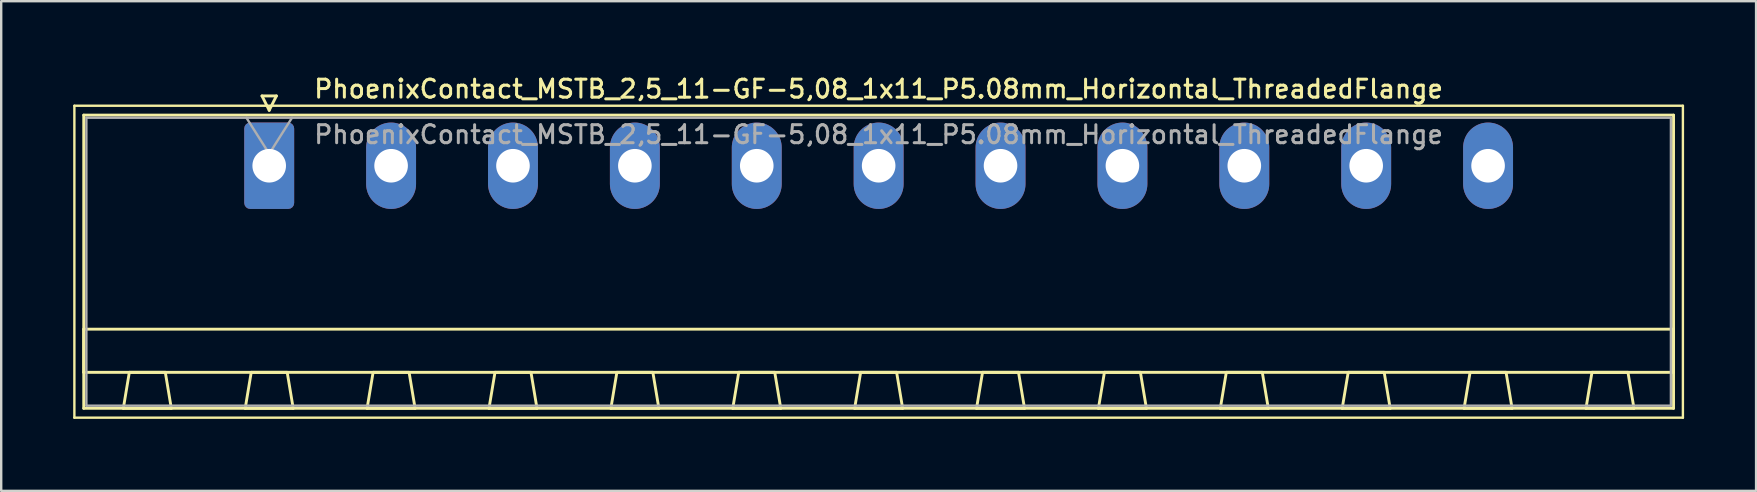
<source format=kicad_pcb>
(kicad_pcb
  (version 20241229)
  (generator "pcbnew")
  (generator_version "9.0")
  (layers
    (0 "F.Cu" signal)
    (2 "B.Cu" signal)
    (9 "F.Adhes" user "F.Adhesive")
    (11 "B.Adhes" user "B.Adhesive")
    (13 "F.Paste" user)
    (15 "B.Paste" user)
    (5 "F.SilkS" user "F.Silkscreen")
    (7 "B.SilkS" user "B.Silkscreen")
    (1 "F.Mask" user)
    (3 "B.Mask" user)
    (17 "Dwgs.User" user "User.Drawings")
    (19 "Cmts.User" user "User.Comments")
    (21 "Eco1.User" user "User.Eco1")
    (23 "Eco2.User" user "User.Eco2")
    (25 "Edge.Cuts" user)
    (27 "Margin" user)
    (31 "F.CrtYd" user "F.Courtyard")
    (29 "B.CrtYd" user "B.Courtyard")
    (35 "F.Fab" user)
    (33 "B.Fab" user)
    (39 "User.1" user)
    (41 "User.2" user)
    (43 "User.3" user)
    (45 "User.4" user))
  (footprint "PhoenixContact_MSTB_2,5_11-GF-5,08_1x11_P5.08mm_Horizontal_ThreadedFlange"
    (layer "F.Cu")
    (at 8.17 3.858)
    (property "Reference" "PhoenixContact_MSTB_2,5_11-GF-5,08_1x11_P5.08mm_Horizontal_ThreadedFlange" (at 25.4 -3.2 0) (layer "F.SilkS") (effects (font (size 0.75 0.75) (thickness 0.125))))
    (attr through_hole)
    (fp_line (start -8.12 -2.5) (end -8.12 10.5) (stroke (width 0.1) (type solid)) (layer "F.SilkS"))
    (fp_line (start -8.12 10.5) (end 58.92 10.5) (stroke (width 0.1) (type solid)) (layer "F.SilkS"))
    (fp_line (start -7.73 -2.11) (end -7.73 10.11) (stroke (width 0.12) (type solid)) (layer "F.SilkS"))
    (fp_line (start -7.73 6.81) (end 58.53 6.81) (stroke (width 0.12) (type solid)) (layer "F.SilkS"))
    (fp_line (start -7.73 8.61) (end -7.73 6.81) (stroke (width 0.12) (type solid)) (layer "F.SilkS"))
    (fp_line (start -7.73 10.11) (end 58.53 10.11) (stroke (width 0.12) (type solid)) (layer "F.SilkS"))
    (fp_line (start -6.08 10.11) (end -4.08 10.11) (stroke (width 0.12) (type solid)) (layer "F.SilkS"))
    (fp_line (start -5.83 8.61) (end -6.08 10.11) (stroke (width 0.12) (type solid)) (layer "F.SilkS"))
    (fp_line (start -4.33 8.61) (end -5.83 8.61) (stroke (width 0.12) (type solid)) (layer "F.SilkS"))
    (fp_line (start -4.08 10.11) (end -4.33 8.61) (stroke (width 0.12) (type solid)) (layer "F.SilkS"))
    (fp_line (start -1 10.11) (end 1 10.11) (stroke (width 0.12) (type solid)) (layer "F.SilkS"))
    (fp_line (start -0.75 8.61) (end -1 10.11) (stroke (width 0.12) (type solid)) (layer "F.SilkS"))
    (fp_line (start -0.3 -2.91) (end 0.3 -2.91) (stroke (width 0.12) (type solid)) (layer "F.SilkS"))
    (fp_line (start 0 -2.31) (end -0.3 -2.91) (stroke (width 0.12) (type solid)) (layer "F.SilkS"))
    (fp_line (start 0.3 -2.91) (end 0 -2.31) (stroke (width 0.12) (type solid)) (layer "F.SilkS"))
    (fp_line (start 0.75 8.61) (end -0.75 8.61) (stroke (width 0.12) (type solid)) (layer "F.SilkS"))
    (fp_line (start 1 10.11) (end 0.75 8.61) (stroke (width 0.12) (type solid)) (layer "F.SilkS"))
    (fp_line (start 4.08 10.11) (end 6.08 10.11) (stroke (width 0.12) (type solid)) (layer "F.SilkS"))
    (fp_line (start 4.33 8.61) (end 4.08 10.11) (stroke (width 0.12) (type solid)) (layer "F.SilkS"))
    (fp_line (start 5.83 8.61) (end 4.33 8.61) (stroke (width 0.12) (type solid)) (layer "F.SilkS"))
    (fp_line (start 6.08 10.11) (end 5.83 8.61) (stroke (width 0.12) (type solid)) (layer "F.SilkS"))
    (fp_line (start 9.16 10.11) (end 11.16 10.11) (stroke (width 0.12) (type solid)) (layer "F.SilkS"))
    (fp_line (start 9.41 8.61) (end 9.16 10.11) (stroke (width 0.12) (type solid)) (layer "F.SilkS"))
    (fp_line (start 10.91 8.61) (end 9.41 8.61) (stroke (width 0.12) (type solid)) (layer "F.SilkS"))
    (fp_line (start 11.16 10.11) (end 10.91 8.61) (stroke (width 0.12) (type solid)) (layer "F.SilkS"))
    (fp_line (start 14.24 10.11) (end 16.24 10.11) (stroke (width 0.12) (type solid)) (layer "F.SilkS"))
    (fp_line (start 14.49 8.61) (end 14.24 10.11) (stroke (width 0.12) (type solid)) (layer "F.SilkS"))
    (fp_line (start 15.99 8.61) (end 14.49 8.61) (stroke (width 0.12) (type solid)) (layer "F.SilkS"))
    (fp_line (start 16.24 10.11) (end 15.99 8.61) (stroke (width 0.12) (type solid)) (layer "F.SilkS"))
    (fp_line (start 19.32 10.11) (end 21.32 10.11) (stroke (width 0.12) (type solid)) (layer "F.SilkS"))
    (fp_line (start 19.57 8.61) (end 19.32 10.11) (stroke (width 0.12) (type solid)) (layer "F.SilkS"))
    (fp_line (start 21.07 8.61) (end 19.57 8.61) (stroke (width 0.12) (type solid)) (layer "F.SilkS"))
    (fp_line (start 21.32 10.11) (end 21.07 8.61) (stroke (width 0.12) (type solid)) (layer "F.SilkS"))
    (fp_line (start 24.4 10.11) (end 26.4 10.11) (stroke (width 0.12) (type solid)) (layer "F.SilkS"))
    (fp_line (start 24.65 8.61) (end 24.4 10.11) (stroke (width 0.12) (type solid)) (layer "F.SilkS"))
    (fp_line (start 26.15 8.61) (end 24.65 8.61) (stroke (width 0.12) (type solid)) (layer "F.SilkS"))
    (fp_line (start 26.4 10.11) (end 26.15 8.61) (stroke (width 0.12) (type solid)) (layer "F.SilkS"))
    (fp_line (start 29.48 10.11) (end 31.48 10.11) (stroke (width 0.12) (type solid)) (layer "F.SilkS"))
    (fp_line (start 29.73 8.61) (end 29.48 10.11) (stroke (width 0.12) (type solid)) (layer "F.SilkS"))
    (fp_line (start 31.23 8.61) (end 29.73 8.61) (stroke (width 0.12) (type solid)) (layer "F.SilkS"))
    (fp_line (start 31.48 10.11) (end 31.23 8.61) (stroke (width 0.12) (type solid)) (layer "F.SilkS"))
    (fp_line (start 34.56 10.11) (end 36.56 10.11) (stroke (width 0.12) (type solid)) (layer "F.SilkS"))
    (fp_line (start 34.81 8.61) (end 34.56 10.11) (stroke (width 0.12) (type solid)) (layer "F.SilkS"))
    (fp_line (start 36.31 8.61) (end 34.81 8.61) (stroke (width 0.12) (type solid)) (layer "F.SilkS"))
    (fp_line (start 36.56 10.11) (end 36.31 8.61) (stroke (width 0.12) (type solid)) (layer "F.SilkS"))
    (fp_line (start 39.64 10.11) (end 41.64 10.11) (stroke (width 0.12) (type solid)) (layer "F.SilkS"))
    (fp_line (start 39.89 8.61) (end 39.64 10.11) (stroke (width 0.12) (type solid)) (layer "F.SilkS"))
    (fp_line (start 41.39 8.61) (end 39.89 8.61) (stroke (width 0.12) (type solid)) (layer "F.SilkS"))
    (fp_line (start 41.64 10.11) (end 41.39 8.61) (stroke (width 0.12) (type solid)) (layer "F.SilkS"))
    (fp_line (start 44.72 10.11) (end 46.72 10.11) (stroke (width 0.12) (type solid)) (layer "F.SilkS"))
    (fp_line (start 44.97 8.61) (end 44.72 10.11) (stroke (width 0.12) (type solid)) (layer "F.SilkS"))
    (fp_line (start 46.47 8.61) (end 44.97 8.61) (stroke (width 0.12) (type solid)) (layer "F.SilkS"))
    (fp_line (start 46.72 10.11) (end 46.47 8.61) (stroke (width 0.12) (type solid)) (layer "F.SilkS"))
    (fp_line (start 49.8 10.11) (end 51.8 10.11) (stroke (width 0.12) (type solid)) (layer "F.SilkS"))
    (fp_line (start 50.05 8.61) (end 49.8 10.11) (stroke (width 0.12) (type solid)) (layer "F.SilkS"))
    (fp_line (start 51.55 8.61) (end 50.05 8.61) (stroke (width 0.12) (type solid)) (layer "F.SilkS"))
    (fp_line (start 51.8 10.11) (end 51.55 8.61) (stroke (width 0.12) (type solid)) (layer "F.SilkS"))
    (fp_line (start 54.88 10.11) (end 56.88 10.11) (stroke (width 0.12) (type solid)) (layer "F.SilkS"))
    (fp_line (start 55.13 8.61) (end 54.88 10.11) (stroke (width 0.12) (type solid)) (layer "F.SilkS"))
    (fp_line (start 56.63 8.61) (end 55.13 8.61) (stroke (width 0.12) (type solid)) (layer "F.SilkS"))
    (fp_line (start 56.88 10.11) (end 56.63 8.61) (stroke (width 0.12) (type solid)) (layer "F.SilkS"))
    (fp_line (start 58.53 -2.11) (end -7.73 -2.11) (stroke (width 0.12) (type solid)) (layer "F.SilkS"))
    (fp_line (start 58.53 6.81) (end 58.53 8.61) (stroke (width 0.12) (type solid)) (layer "F.SilkS"))
    (fp_line (start 58.53 8.61) (end -7.73 8.61) (stroke (width 0.12) (type solid)) (layer "F.SilkS"))
    (fp_line (start 58.53 10.11) (end 58.53 -2.11) (stroke (width 0.12) (type solid)) (layer "F.SilkS"))
    (fp_line (start 58.92 -2.5) (end -8.12 -2.5) (stroke (width 0.1) (type solid)) (layer "F.SilkS"))
    (fp_line (start 58.92 10.5) (end 58.92 -2.5) (stroke (width 0.1) (type solid)) (layer "F.SilkS"))
    (fp_line (start -7.62 -2) (end -7.62 10) (stroke (width 0.1) (type solid)) (layer "F.Fab"))
    (fp_line (start -7.62 10) (end 58.42 10) (stroke (width 0.1) (type solid)) (layer "F.Fab"))
    (fp_line (start 0 -0.5) (end -0.95 -2) (stroke (width 0.1) (type solid)) (layer "F.Fab"))
    (fp_line (start 0.95 -2) (end 0 -0.5) (stroke (width 0.1) (type solid)) (layer "F.Fab"))
    (fp_line (start 58.42 -2) (end -7.62 -2) (stroke (width 0.1) (type solid)) (layer "F.Fab"))
    (fp_line (start 58.42 10) (end 58.42 -2) (stroke (width 0.1) (type solid)) (layer "F.Fab"))
    (fp_text user "${REFERENCE}" (at 25.4 -1.3 0) (layer "F.Fab") (effects (font (size 0.75 0.75) (thickness 0.125))))
    (pad "1" thru_hole roundrect (at 0 0) (size 2.08 3.6) (drill 1.4) (layers "*.Cu" "*.Mask") (roundrect_rratio 0.12))
    (pad "2" thru_hole oval (at 5.08 0) (size 2.08 3.6) (drill 1.4) (layers "*.Cu" "*.Mask"))
    (pad "3" thru_hole oval (at 10.16 0) (size 2.08 3.6) (drill 1.4) (layers "*.Cu" "*.Mask"))
    (pad "4" thru_hole oval (at 15.24 0) (size 2.08 3.6) (drill 1.4) (layers "*.Cu" "*.Mask"))
    (pad "5" thru_hole oval (at 20.32 0) (size 2.08 3.6) (drill 1.4) (layers "*.Cu" "*.Mask"))
    (pad "6" thru_hole oval (at 25.4 0) (size 2.08 3.6) (drill 1.4) (layers "*.Cu" "*.Mask"))
    (pad "7" thru_hole oval (at 30.48 0) (size 2.08 3.6) (drill 1.4) (layers "*.Cu" "*.Mask"))
    (pad "8" thru_hole oval (at 35.56 0) (size 2.08 3.6) (drill 1.4) (layers "*.Cu" "*.Mask"))
    (pad "9" thru_hole oval (at 40.64 0) (size 2.08 3.6) (drill 1.4) (layers "*.Cu" "*.Mask"))
    (pad "10" thru_hole oval (at 45.72 0) (size 2.08 3.6) (drill 1.4) (layers "*.Cu" "*.Mask"))
    (pad "11" thru_hole oval (at 50.8 0) (size 2.08 3.6) (drill 1.4) (layers "*.Cu" "*.Mask")))
  (gr_rect
    (start -3 -3)
    (end 70.14 17.408)
    (stroke (width 0.1) (type default))
    (fill no)
    (layer "Edge.Cuts")))
</source>
